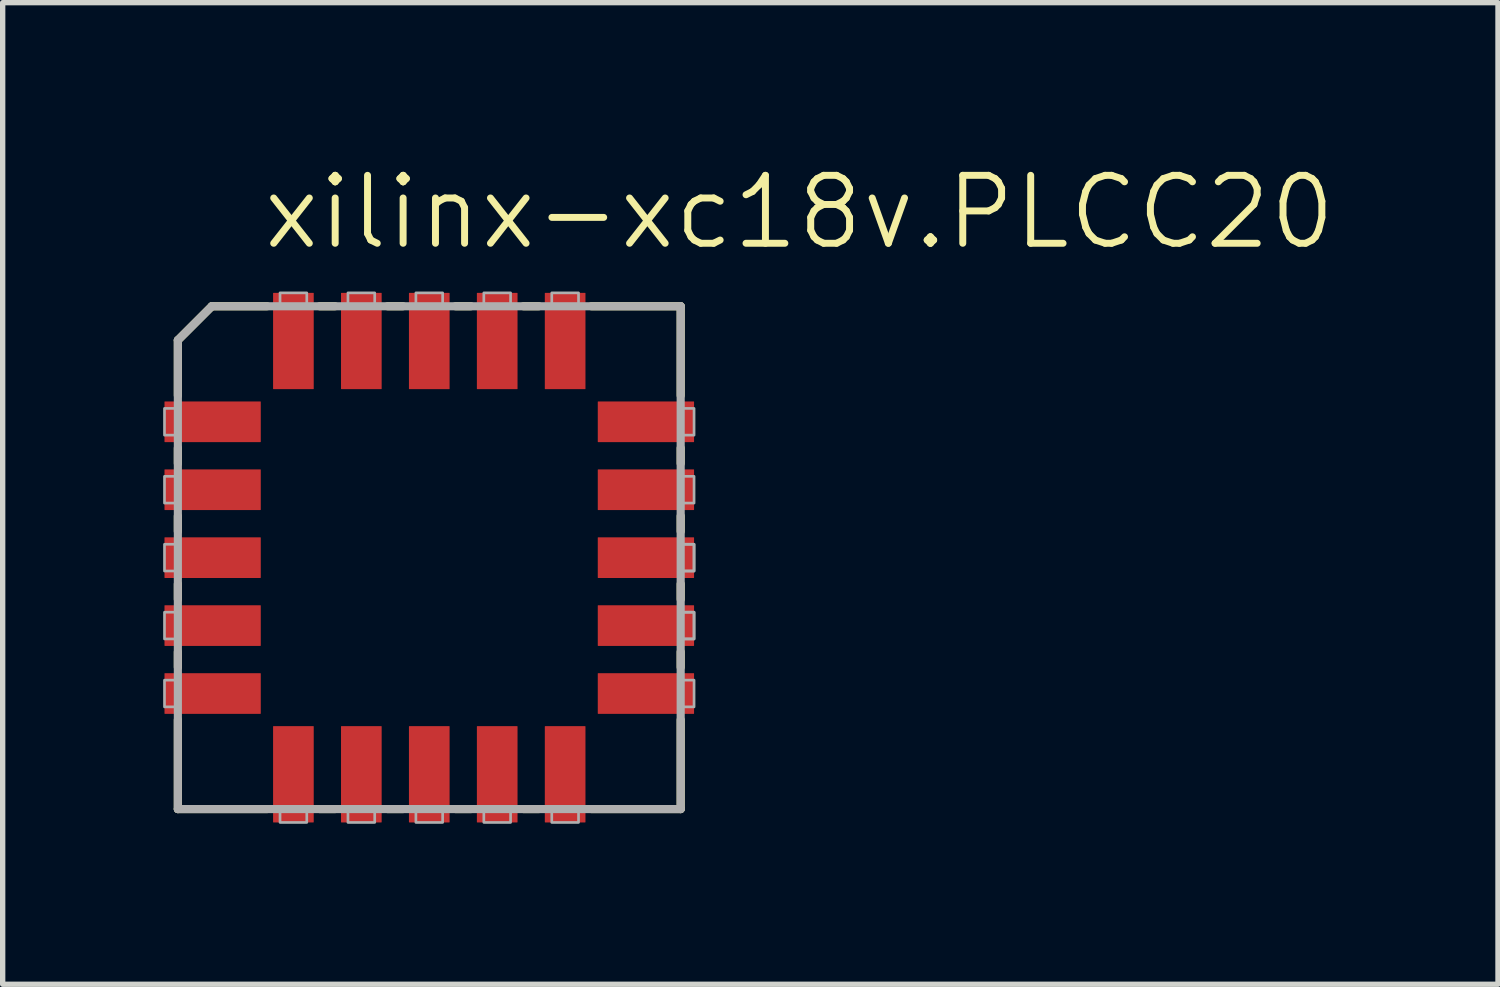
<source format=kicad_pcb>
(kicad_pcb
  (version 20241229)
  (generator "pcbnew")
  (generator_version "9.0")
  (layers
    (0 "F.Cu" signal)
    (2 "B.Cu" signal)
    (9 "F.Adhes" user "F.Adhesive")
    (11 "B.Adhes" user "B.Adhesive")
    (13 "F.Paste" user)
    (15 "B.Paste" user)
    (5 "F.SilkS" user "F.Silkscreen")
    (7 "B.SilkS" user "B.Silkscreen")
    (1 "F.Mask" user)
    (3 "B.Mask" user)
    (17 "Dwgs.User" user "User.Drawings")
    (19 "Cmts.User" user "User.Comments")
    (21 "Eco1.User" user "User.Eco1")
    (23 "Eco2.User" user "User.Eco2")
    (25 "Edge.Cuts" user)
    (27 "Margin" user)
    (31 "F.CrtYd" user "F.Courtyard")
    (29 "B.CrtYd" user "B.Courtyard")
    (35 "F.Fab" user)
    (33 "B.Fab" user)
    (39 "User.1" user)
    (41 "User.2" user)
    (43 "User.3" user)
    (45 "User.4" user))
  (footprint "xilinx-xc18v.PLCC20"
    (layer "F.Cu")
    (at 4.975 7.375)
    (property "Reference" "xilinx-xc18v.PLCC20" (at -3.175 -5.715 0) (layer "F.SilkS") (effects (font (size 1.27 1.27) (thickness 0.13)) (justify left bottom)))
    (attr smd)
    (fp_line (start -4.7 -4.065) (end -4.065 -4.7) (stroke (width 0.152) (type default)) (layer "F.SilkS"))
    (fp_line (start -4.7 -3.031) (end -4.7 -4.065) (stroke (width 0.152) (type default)) (layer "F.SilkS"))
    (fp_line (start -4.7 -1.761) (end -4.7 -2.049) (stroke (width 0.152) (type default)) (layer "F.SilkS"))
    (fp_line (start -4.7 -0.491) (end -4.7 -0.779) (stroke (width 0.152) (type default)) (layer "F.SilkS"))
    (fp_line (start -4.7 0.779) (end -4.7 0.491) (stroke (width 0.152) (type default)) (layer "F.SilkS"))
    (fp_line (start -4.7 2.049) (end -4.7 1.761) (stroke (width 0.152) (type default)) (layer "F.SilkS"))
    (fp_line (start -4.7 4.7) (end -4.7 3.031) (stroke (width 0.152) (type default)) (layer "F.SilkS"))
    (fp_line (start -4.065 -4.7) (end -3.031 -4.7) (stroke (width 0.152) (type default)) (layer "F.SilkS"))
    (fp_line (start -3.031 4.7) (end -4.7 4.7) (stroke (width 0.152) (type default)) (layer "F.SilkS"))
    (fp_line (start -2.049 -4.7) (end -1.761 -4.7) (stroke (width 0.152) (type default)) (layer "F.SilkS"))
    (fp_line (start -1.761 4.7) (end -2.049 4.7) (stroke (width 0.152) (type default)) (layer "F.SilkS"))
    (fp_line (start -0.779 -4.7) (end -0.491 -4.7) (stroke (width 0.152) (type default)) (layer "F.SilkS"))
    (fp_line (start -0.491 4.7) (end -0.779 4.7) (stroke (width 0.152) (type default)) (layer "F.SilkS"))
    (fp_line (start 0.491 -4.7) (end 0.779 -4.7) (stroke (width 0.152) (type default)) (layer "F.SilkS"))
    (fp_line (start 0.779 4.7) (end 0.491 4.7) (stroke (width 0.152) (type default)) (layer "F.SilkS"))
    (fp_line (start 1.761 -4.7) (end 2.049 -4.7) (stroke (width 0.152) (type default)) (layer "F.SilkS"))
    (fp_line (start 2.049 4.7) (end 1.761 4.7) (stroke (width 0.152) (type default)) (layer "F.SilkS"))
    (fp_line (start 3.031 -4.7) (end 4.7 -4.7) (stroke (width 0.152) (type default)) (layer "F.SilkS"))
    (fp_line (start 4.7 -4.7) (end 4.7 -3.031) (stroke (width 0.152) (type default)) (layer "F.SilkS"))
    (fp_line (start 4.7 -2.049) (end 4.7 -1.761) (stroke (width 0.152) (type default)) (layer "F.SilkS"))
    (fp_line (start 4.7 -0.779) (end 4.7 -0.491) (stroke (width 0.152) (type default)) (layer "F.SilkS"))
    (fp_line (start 4.7 0.491) (end 4.7 0.779) (stroke (width 0.152) (type default)) (layer "F.SilkS"))
    (fp_line (start 4.7 1.761) (end 4.7 2.049) (stroke (width 0.152) (type default)) (layer "F.SilkS"))
    (fp_line (start 4.7 3.031) (end 4.7 4.7) (stroke (width 0.152) (type default)) (layer "F.SilkS"))
    (fp_line (start 4.7 4.7) (end 3.031 4.7) (stroke (width 0.152) (type default)) (layer "F.SilkS"))
    (fp_line (start -4.7 -4.065) (end -4.065 -4.7) (stroke (width 0.152) (type default)) (layer "F.Fab"))
    (fp_line (start -4.7 4.7) (end -4.7 -4.065) (stroke (width 0.152) (type default)) (layer "F.Fab"))
    (fp_line (start -4.065 -4.7) (end 4.7 -4.7) (stroke (width 0.152) (type default)) (layer "F.Fab"))
    (fp_line (start 4.7 -4.7) (end 4.7 4.7) (stroke (width 0.152) (type default)) (layer "F.Fab"))
    (fp_line (start 4.7 4.7) (end -4.7 4.7) (stroke (width 0.152) (type default)) (layer "F.Fab"))
    (fp_rect (start -4.95 -2.29) (end -4.7 -2.79) (stroke (width 0.05) (type default)) (fill no) (layer "F.Fab"))
    (fp_rect (start -4.95 -1.02) (end -4.7 -1.52) (stroke (width 0.05) (type default)) (fill no) (layer "F.Fab"))
    (fp_rect (start -4.95 0.25) (end -4.7 -0.25) (stroke (width 0.05) (type default)) (fill no) (layer "F.Fab"))
    (fp_rect (start -4.95 1.52) (end -4.7 1.02) (stroke (width 0.05) (type default)) (fill no) (layer "F.Fab"))
    (fp_rect (start -4.95 2.79) (end -4.7 2.29) (stroke (width 0.05) (type default)) (fill no) (layer "F.Fab"))
    (fp_rect (start -2.79 -4.7) (end -2.29 -4.95) (stroke (width 0.05) (type default)) (fill no) (layer "F.Fab"))
    (fp_rect (start -2.79 4.95) (end -2.29 4.7) (stroke (width 0.05) (type default)) (fill no) (layer "F.Fab"))
    (fp_rect (start -1.52 -4.7) (end -1.02 -4.95) (stroke (width 0.05) (type default)) (fill no) (layer "F.Fab"))
    (fp_rect (start -1.52 4.95) (end -1.02 4.7) (stroke (width 0.05) (type default)) (fill no) (layer "F.Fab"))
    (fp_rect (start -0.25 -4.7) (end 0.25 -4.95) (stroke (width 0.05) (type default)) (fill no) (layer "F.Fab"))
    (fp_rect (start -0.25 4.95) (end 0.25 4.7) (stroke (width 0.05) (type default)) (fill no) (layer "F.Fab"))
    (fp_rect (start 1.02 -4.7) (end 1.52 -4.95) (stroke (width 0.05) (type default)) (fill no) (layer "F.Fab"))
    (fp_rect (start 1.02 4.95) (end 1.52 4.7) (stroke (width 0.05) (type default)) (fill no) (layer "F.Fab"))
    (fp_rect (start 2.29 -4.7) (end 2.79 -4.95) (stroke (width 0.05) (type default)) (fill no) (layer "F.Fab"))
    (fp_rect (start 2.29 4.95) (end 2.79 4.7) (stroke (width 0.05) (type default)) (fill no) (layer "F.Fab"))
    (fp_rect (start 4.7 -2.29) (end 4.95 -2.79) (stroke (width 0.05) (type default)) (fill no) (layer "F.Fab"))
    (fp_rect (start 4.7 -1.02) (end 4.95 -1.52) (stroke (width 0.05) (type default)) (fill no) (layer "F.Fab"))
    (fp_rect (start 4.7 0.25) (end 4.95 -0.25) (stroke (width 0.05) (type default)) (fill no) (layer "F.Fab"))
    (fp_rect (start 4.7 0.25) (end 4.95 -0.25) (stroke (width 0.05) (type default)) (fill no) (layer "F.Fab"))
    (fp_rect (start 4.7 1.52) (end 4.95 1.02) (stroke (width 0.05) (type default)) (fill no) (layer "F.Fab"))
    (fp_rect (start 4.7 1.52) (end 4.95 1.02) (stroke (width 0.05) (type default)) (fill no) (layer "F.Fab"))
    (fp_rect (start 4.7 2.79) (end 4.95 2.29) (stroke (width 0.05) (type default)) (fill no) (layer "F.Fab"))
    (pad "1" smd roundrect (at 0 -4.05 270) (size 1.8 0.76) (layers "F.Cu" "F.Mask" "F.Paste") (roundrect_rratio 0.01))
    (pad "2" smd roundrect (at -1.27 -4.05 270) (size 1.8 0.76) (layers "F.Cu" "F.Mask" "F.Paste") (roundrect_rratio 0.01))
    (pad "3" smd roundrect (at -2.54 -4.05 270) (size 1.8 0.76) (layers "F.Cu" "F.Mask" "F.Paste") (roundrect_rratio 0.01))
    (pad "4" smd roundrect (at -4.05 -2.54 270) (size 0.76 1.8) (layers "F.Cu" "F.Mask" "F.Paste") (roundrect_rratio 0.01))
    (pad "5" smd roundrect (at -4.05 -1.27 270) (size 0.76 1.8) (layers "F.Cu" "F.Mask" "F.Paste") (roundrect_rratio 0.01))
    (pad "6" smd roundrect (at -4.05 0 270) (size 0.76 1.8) (layers "F.Cu" "F.Mask" "F.Paste") (roundrect_rratio 0.01))
    (pad "7" smd roundrect (at -4.05 1.27 270) (size 0.76 1.8) (layers "F.Cu" "F.Mask" "F.Paste") (roundrect_rratio 0.01))
    (pad "8" smd roundrect (at -4.05 2.54 270) (size 0.76 1.8) (layers "F.Cu" "F.Mask" "F.Paste") (roundrect_rratio 0.01))
    (pad "9" smd roundrect (at -2.54 4.05 270) (size 1.8 0.76) (layers "F.Cu" "F.Mask" "F.Paste") (roundrect_rratio 0.01))
    (pad "10" smd roundrect (at -1.27 4.05 270) (size 1.8 0.76) (layers "F.Cu" "F.Mask" "F.Paste") (roundrect_rratio 0.01))
    (pad "11" smd roundrect (at 0 4.05 270) (size 1.8 0.76) (layers "F.Cu" "F.Mask" "F.Paste") (roundrect_rratio 0.01))
    (pad "12" smd roundrect (at 1.27 4.05 270) (size 1.8 0.76) (layers "F.Cu" "F.Mask" "F.Paste") (roundrect_rratio 0.01))
    (pad "13" smd roundrect (at 2.54 4.05 270) (size 1.8 0.76) (layers "F.Cu" "F.Mask" "F.Paste") (roundrect_rratio 0.01))
    (pad "14" smd roundrect (at 4.05 2.54 270) (size 0.76 1.8) (layers "F.Cu" "F.Mask" "F.Paste") (roundrect_rratio 0.01))
    (pad "15" smd roundrect (at 4.05 1.27 270) (size 0.76 1.8) (layers "F.Cu" "F.Mask" "F.Paste") (roundrect_rratio 0.01))
    (pad "16" smd roundrect (at 4.05 0 270) (size 0.76 1.8) (layers "F.Cu" "F.Mask" "F.Paste") (roundrect_rratio 0.01))
    (pad "17" smd roundrect (at 4.05 -1.27 270) (size 0.76 1.8) (layers "F.Cu" "F.Mask" "F.Paste") (roundrect_rratio 0.01))
    (pad "18" smd roundrect (at 4.05 -2.54 270) (size 0.76 1.8) (layers "F.Cu" "F.Mask" "F.Paste") (roundrect_rratio 0.01))
    (pad "19" smd roundrect (at 2.54 -4.05 270) (size 1.8 0.76) (layers "F.Cu" "F.Mask" "F.Paste") (roundrect_rratio 0.01))
    (pad "20" smd roundrect (at 1.27 -4.05 270) (size 1.8 0.76) (layers "F.Cu" "F.Mask" "F.Paste") (roundrect_rratio 0.01)))
  (gr_rect
    (start -3 -3)
    (end 24.954 15.35)
    (stroke (width 0.1) (type default))
    (fill no)
    (layer "Edge.Cuts")))
</source>
